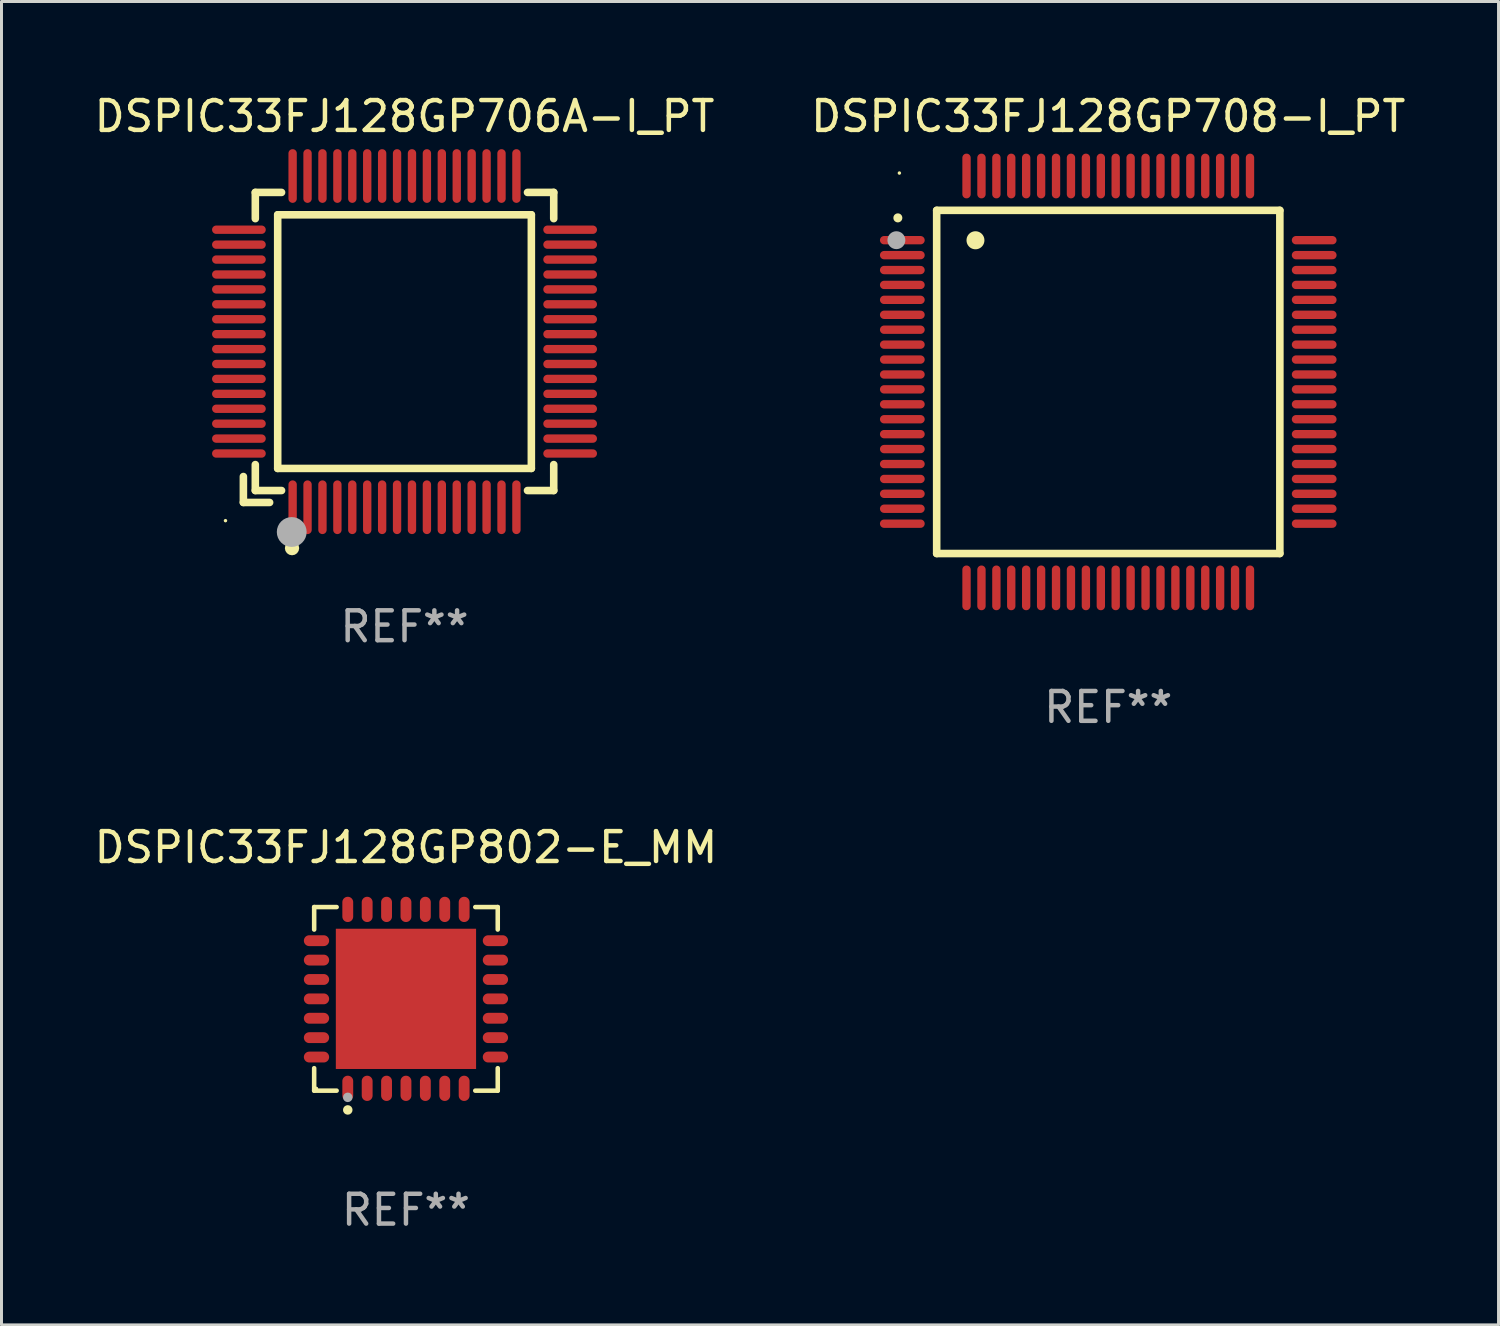
<source format=kicad_pcb>
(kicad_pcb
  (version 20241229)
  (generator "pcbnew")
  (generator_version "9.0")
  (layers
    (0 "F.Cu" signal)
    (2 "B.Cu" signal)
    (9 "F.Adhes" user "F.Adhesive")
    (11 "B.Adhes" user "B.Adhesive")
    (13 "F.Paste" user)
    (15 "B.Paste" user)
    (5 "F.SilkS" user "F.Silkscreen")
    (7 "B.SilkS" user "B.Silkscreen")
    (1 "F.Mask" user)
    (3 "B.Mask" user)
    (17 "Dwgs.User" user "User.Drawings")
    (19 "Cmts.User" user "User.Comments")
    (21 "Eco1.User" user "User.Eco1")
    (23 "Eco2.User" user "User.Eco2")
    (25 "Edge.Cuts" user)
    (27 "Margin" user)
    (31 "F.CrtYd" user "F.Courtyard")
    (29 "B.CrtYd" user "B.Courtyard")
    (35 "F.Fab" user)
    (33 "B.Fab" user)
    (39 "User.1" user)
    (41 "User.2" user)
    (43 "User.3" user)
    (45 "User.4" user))
  (footprint "DSPIC33FJ128GP802-E_MM"
    (layer "F.Cu")
    (at 10.554 30.423)
    (property "Reference" "DSPIC33FJ128GP802-E_MM" (at 0 -5.076 0) (layer "F.SilkS") (effects (font (size 1 1) (thickness 0.15))))
    (attr through_hole)
    (fp_line (start -3.076 -3.076) (end -2.323 -3.076) (stroke (width 0.152) (type solid)) (layer "F.SilkS"))
    (fp_line (start -3.076 -2.323) (end -3.076 -3.076) (stroke (width 0.152) (type solid)) (layer "F.SilkS"))
    (fp_line (start -3.076 2.323) (end -3.076 3.076) (stroke (width 0.152) (type solid)) (layer "F.SilkS"))
    (fp_line (start -3.076 3.076) (end -2.323 3.076) (stroke (width 0.152) (type solid)) (layer "F.SilkS"))
    (fp_line (start 3.076 -3.076) (end 2.323 -3.076) (stroke (width 0.152) (type solid)) (layer "F.SilkS"))
    (fp_line (start 3.076 -2.323) (end 3.076 -3.076) (stroke (width 0.152) (type solid)) (layer "F.SilkS"))
    (fp_line (start 3.076 2.323) (end 3.076 3.076) (stroke (width 0.152) (type solid)) (layer "F.SilkS"))
    (fp_line (start 3.076 3.076) (end 2.323 3.076) (stroke (width 0.152) (type solid)) (layer "F.SilkS"))
    (fp_circle (center -3 3) (end -2.97 3) (stroke (width 0.06) (type solid)) (fill no) (layer "F.SilkS"))
    (fp_circle (center -1.95 3.722) (end -1.87 3.722) (stroke (width 0.16) (type solid)) (fill no) (layer "F.SilkS"))
    (fp_circle (center -1.95 3.3) (end -1.87 3.3) (stroke (width 0.16) (type solid)) (fill no) (layer "F.Fab"))
    (fp_text user "REF**" (at 0 7.076 0) (layer "F.Fab") (effects (font (size 1 1) (thickness 0.15))))
    (pad "1" smd oval (at -1.95 2.998) (size 0.364 0.847) (layers "F.Cu" "F.Mask" "F.Paste"))
    (pad "2" smd oval (at -1.3 2.998) (size 0.364 0.847) (layers "F.Cu" "F.Mask" "F.Paste"))
    (pad "3" smd oval (at -0.65 2.998) (size 0.364 0.847) (layers "F.Cu" "F.Mask" "F.Paste"))
    (pad "4" smd oval (at 0 2.998) (size 0.364 0.847) (layers "F.Cu" "F.Mask" "F.Paste"))
    (pad "5" smd oval (at 0.65 2.998) (size 0.364 0.847) (layers "F.Cu" "F.Mask" "F.Paste"))
    (pad "6" smd oval (at 1.3 2.998) (size 0.364 0.847) (layers "F.Cu" "F.Mask" "F.Paste"))
    (pad "7" smd oval (at 1.95 2.998) (size 0.364 0.847) (layers "F.Cu" "F.Mask" "F.Paste"))
    (pad "8" smd oval (at 2.998 1.95) (size 0.847 0.364) (layers "F.Cu" "F.Mask" "F.Paste"))
    (pad "9" smd oval (at 2.998 1.3) (size 0.847 0.364) (layers "F.Cu" "F.Mask" "F.Paste"))
    (pad "10" smd oval (at 2.998 0.65) (size 0.847 0.364) (layers "F.Cu" "F.Mask" "F.Paste"))
    (pad "11" smd oval (at 2.998 0) (size 0.847 0.364) (layers "F.Cu" "F.Mask" "F.Paste"))
    (pad "12" smd oval (at 2.998 -0.65) (size 0.847 0.364) (layers "F.Cu" "F.Mask" "F.Paste"))
    (pad "13" smd oval (at 2.998 -1.3) (size 0.847 0.364) (layers "F.Cu" "F.Mask" "F.Paste"))
    (pad "14" smd oval (at 2.998 -1.95) (size 0.847 0.364) (layers "F.Cu" "F.Mask" "F.Paste"))
    (pad "15" smd oval (at 1.95 -2.998) (size 0.364 0.847) (layers "F.Cu" "F.Mask" "F.Paste"))
    (pad "16" smd oval (at 1.3 -2.998) (size 0.364 0.847) (layers "F.Cu" "F.Mask" "F.Paste"))
    (pad "17" smd oval (at 0.65 -2.998) (size 0.364 0.847) (layers "F.Cu" "F.Mask" "F.Paste"))
    (pad "18" smd oval (at 0 -2.998) (size 0.364 0.847) (layers "F.Cu" "F.Mask" "F.Paste"))
    (pad "19" smd oval (at -0.65 -2.998) (size 0.364 0.847) (layers "F.Cu" "F.Mask" "F.Paste"))
    (pad "20" smd oval (at -1.3 -2.998) (size 0.364 0.847) (layers "F.Cu" "F.Mask" "F.Paste"))
    (pad "21" smd oval (at -1.95 -2.998) (size 0.364 0.847) (layers "F.Cu" "F.Mask" "F.Paste"))
    (pad "22" smd oval (at -2.998 -1.95) (size 0.847 0.364) (layers "F.Cu" "F.Mask" "F.Paste"))
    (pad "23" smd oval (at -2.998 -1.3) (size 0.847 0.364) (layers "F.Cu" "F.Mask" "F.Paste"))
    (pad "24" smd oval (at -2.998 -0.65) (size 0.847 0.364) (layers "F.Cu" "F.Mask" "F.Paste"))
    (pad "25" smd oval (at -2.998 0) (size 0.847 0.364) (layers "F.Cu" "F.Mask" "F.Paste"))
    (pad "26" smd oval (at -2.998 0.65) (size 0.847 0.364) (layers "F.Cu" "F.Mask" "F.Paste"))
    (pad "27" smd oval (at -2.998 1.3) (size 0.847 0.364) (layers "F.Cu" "F.Mask" "F.Paste"))
    (pad "28" smd oval (at -2.998 1.95) (size 0.847 0.364) (layers "F.Cu" "F.Mask" "F.Paste"))
    (pad "29" smd rect (at 0 0) (size 4.7 4.7) (layers "F.Cu" "F.Mask" "F.Paste")))
  (footprint "DSPIC33FJ128GP706A-I_PT"
    (layer "F.Cu")
    (at 10.506 8.398)
    (property "Reference" "DSPIC33FJ128GP706A-I_PT" (at 0 -7.55 0) (layer "F.SilkS") (effects (font (size 1 1) (thickness 0.15))))
    (attr through_hole)
    (fp_line (start -5.4 4.521) (end -5.4 5.39) (stroke (width 0.254) (type solid)) (layer "F.SilkS"))
    (fp_line (start -5.4 5.39) (end -4.521 5.39) (stroke (width 0.254) (type solid)) (layer "F.SilkS"))
    (fp_line (start -5 -5) (end -5 -4.121) (stroke (width 0.254) (type solid)) (layer "F.SilkS"))
    (fp_line (start -5 4.121) (end -5 4.99) (stroke (width 0.254) (type solid)) (layer "F.SilkS"))
    (fp_line (start -5 4.99) (end -4.121 4.99) (stroke (width 0.254) (type solid)) (layer "F.SilkS"))
    (fp_line (start -4.25 -4.25) (end -4.25 4.25) (stroke (width 0.254) (type solid)) (layer "F.SilkS"))
    (fp_line (start -4.25 4.25) (end 4.25 4.25) (stroke (width 0.254) (type solid)) (layer "F.SilkS"))
    (fp_line (start -4.121 -5) (end -5 -5) (stroke (width 0.254) (type solid)) (layer "F.SilkS"))
    (fp_line (start 4.121 4.99) (end 5 4.99) (stroke (width 0.254) (type solid)) (layer "F.SilkS"))
    (fp_line (start 4.25 -4.25) (end -4.25 -4.25) (stroke (width 0.254) (type solid)) (layer "F.SilkS"))
    (fp_line (start 4.25 4.25) (end 4.25 -4.25) (stroke (width 0.254) (type solid)) (layer "F.SilkS"))
    (fp_line (start 5 -5) (end 4.121 -5) (stroke (width 0.254) (type solid)) (layer "F.SilkS"))
    (fp_line (start 5 -4.121) (end 5 -5) (stroke (width 0.254) (type solid)) (layer "F.SilkS"))
    (fp_line (start 5 4.99) (end 5 4.121) (stroke (width 0.254) (type solid)) (layer "F.SilkS"))
    (fp_circle (center -6 6) (end -5.97 6) (stroke (width 0.06) (type solid)) (fill no) (layer "F.SilkS"))
    (fp_circle (center -3.77 6.92) (end -3.65 6.92) (stroke (width 0.24) (type solid)) (fill no) (layer "F.SilkS"))
    (fp_circle (center -3.78 6.38) (end -3.53 6.38) (stroke (width 0.5) (type solid)) (fill no) (layer "F.Fab"))
    (fp_text user "REF**" (at 0 9.55 0) (layer "F.Fab") (effects (font (size 1 1) (thickness 0.15))))
    (pad "1" smd oval (at -3.75 5.55) (size 0.28 1.8) (layers "F.Cu" "F.Mask" "F.Paste"))
    (pad "2" smd oval (at -3.25 5.55) (size 0.28 1.8) (layers "F.Cu" "F.Mask" "F.Paste"))
    (pad "3" smd oval (at -2.75 5.55) (size 0.28 1.8) (layers "F.Cu" "F.Mask" "F.Paste"))
    (pad "4" smd oval (at -2.25 5.55) (size 0.28 1.8) (layers "F.Cu" "F.Mask" "F.Paste"))
    (pad "5" smd oval (at -1.75 5.55) (size 0.28 1.8) (layers "F.Cu" "F.Mask" "F.Paste"))
    (pad "6" smd oval (at -1.25 5.55) (size 0.28 1.8) (layers "F.Cu" "F.Mask" "F.Paste"))
    (pad "7" smd oval (at -0.75 5.55) (size 0.28 1.8) (layers "F.Cu" "F.Mask" "F.Paste"))
    (pad "8" smd oval (at -0.25 5.55) (size 0.28 1.8) (layers "F.Cu" "F.Mask" "F.Paste"))
    (pad "9" smd oval (at 0.25 5.55) (size 0.28 1.8) (layers "F.Cu" "F.Mask" "F.Paste"))
    (pad "10" smd oval (at 0.75 5.55) (size 0.28 1.8) (layers "F.Cu" "F.Mask" "F.Paste"))
    (pad "11" smd oval (at 1.25 5.55) (size 0.28 1.8) (layers "F.Cu" "F.Mask" "F.Paste"))
    (pad "12" smd oval (at 1.75 5.55) (size 0.28 1.8) (layers "F.Cu" "F.Mask" "F.Paste"))
    (pad "13" smd oval (at 2.25 5.55) (size 0.28 1.8) (layers "F.Cu" "F.Mask" "F.Paste"))
    (pad "14" smd oval (at 2.75 5.55) (size 0.28 1.8) (layers "F.Cu" "F.Mask" "F.Paste"))
    (pad "15" smd oval (at 3.25 5.55) (size 0.28 1.8) (layers "F.Cu" "F.Mask" "F.Paste"))
    (pad "16" smd oval (at 3.75 5.55) (size 0.28 1.8) (layers "F.Cu" "F.Mask" "F.Paste"))
    (pad "17" smd oval (at 5.55 3.75) (size 1.8 0.28) (layers "F.Cu" "F.Mask" "F.Paste"))
    (pad "18" smd oval (at 5.55 3.25) (size 1.8 0.28) (layers "F.Cu" "F.Mask" "F.Paste"))
    (pad "19" smd oval (at 5.55 2.75) (size 1.8 0.28) (layers "F.Cu" "F.Mask" "F.Paste"))
    (pad "20" smd oval (at 5.55 2.25) (size 1.8 0.28) (layers "F.Cu" "F.Mask" "F.Paste"))
    (pad "21" smd oval (at 5.55 1.75) (size 1.8 0.28) (layers "F.Cu" "F.Mask" "F.Paste"))
    (pad "22" smd oval (at 5.55 1.25) (size 1.8 0.28) (layers "F.Cu" "F.Mask" "F.Paste"))
    (pad "23" smd oval (at 5.55 0.75) (size 1.8 0.28) (layers "F.Cu" "F.Mask" "F.Paste"))
    (pad "24" smd oval (at 5.55 0.25) (size 1.8 0.28) (layers "F.Cu" "F.Mask" "F.Paste"))
    (pad "25" smd oval (at 5.55 -0.25) (size 1.8 0.28) (layers "F.Cu" "F.Mask" "F.Paste"))
    (pad "26" smd oval (at 5.55 -0.75) (size 1.8 0.28) (layers "F.Cu" "F.Mask" "F.Paste"))
    (pad "27" smd oval (at 5.55 -1.25) (size 1.8 0.28) (layers "F.Cu" "F.Mask" "F.Paste"))
    (pad "28" smd oval (at 5.55 -1.75) (size 1.8 0.28) (layers "F.Cu" "F.Mask" "F.Paste"))
    (pad "29" smd oval (at 5.55 -2.25) (size 1.8 0.28) (layers "F.Cu" "F.Mask" "F.Paste"))
    (pad "30" smd oval (at 5.55 -2.75) (size 1.8 0.28) (layers "F.Cu" "F.Mask" "F.Paste"))
    (pad "31" smd oval (at 5.55 -3.25) (size 1.8 0.28) (layers "F.Cu" "F.Mask" "F.Paste"))
    (pad "32" smd oval (at 5.55 -3.75) (size 1.8 0.28) (layers "F.Cu" "F.Mask" "F.Paste"))
    (pad "33" smd oval (at 3.75 -5.55) (size 0.28 1.8) (layers "F.Cu" "F.Mask" "F.Paste"))
    (pad "34" smd oval (at 3.25 -5.55) (size 0.28 1.8) (layers "F.Cu" "F.Mask" "F.Paste"))
    (pad "35" smd oval (at 2.75 -5.55) (size 0.28 1.8) (layers "F.Cu" "F.Mask" "F.Paste"))
    (pad "36" smd oval (at 2.25 -5.55) (size 0.28 1.8) (layers "F.Cu" "F.Mask" "F.Paste"))
    (pad "37" smd oval (at 1.75 -5.55) (size 0.28 1.8) (layers "F.Cu" "F.Mask" "F.Paste"))
    (pad "38" smd oval (at 1.25 -5.55) (size 0.28 1.8) (layers "F.Cu" "F.Mask" "F.Paste"))
    (pad "39" smd oval (at 0.75 -5.55) (size 0.28 1.8) (layers "F.Cu" "F.Mask" "F.Paste"))
    (pad "40" smd oval (at 0.25 -5.55) (size 0.28 1.8) (layers "F.Cu" "F.Mask" "F.Paste"))
    (pad "41" smd oval (at -0.25 -5.55) (size 0.28 1.8) (layers "F.Cu" "F.Mask" "F.Paste"))
    (pad "42" smd oval (at -0.75 -5.55) (size 0.28 1.8) (layers "F.Cu" "F.Mask" "F.Paste"))
    (pad "43" smd oval (at -1.25 -5.55) (size 0.28 1.8) (layers "F.Cu" "F.Mask" "F.Paste"))
    (pad "44" smd oval (at -1.75 -5.55) (size 0.28 1.8) (layers "F.Cu" "F.Mask" "F.Paste"))
    (pad "45" smd oval (at -2.25 -5.55) (size 0.28 1.8) (layers "F.Cu" "F.Mask" "F.Paste"))
    (pad "46" smd oval (at -2.75 -5.55) (size 0.28 1.8) (layers "F.Cu" "F.Mask" "F.Paste"))
    (pad "47" smd oval (at -3.25 -5.55) (size 0.28 1.8) (layers "F.Cu" "F.Mask" "F.Paste"))
    (pad "48" smd oval (at -3.75 -5.55) (size 0.28 1.8) (layers "F.Cu" "F.Mask" "F.Paste"))
    (pad "49" smd oval (at -5.55 -3.75) (size 1.8 0.28) (layers "F.Cu" "F.Mask" "F.Paste"))
    (pad "50" smd oval (at -5.55 -3.25) (size 1.8 0.28) (layers "F.Cu" "F.Mask" "F.Paste"))
    (pad "51" smd oval (at -5.55 -2.75) (size 1.8 0.28) (layers "F.Cu" "F.Mask" "F.Paste"))
    (pad "52" smd oval (at -5.55 -2.25) (size 1.8 0.28) (layers "F.Cu" "F.Mask" "F.Paste"))
    (pad "53" smd oval (at -5.55 -1.75) (size 1.8 0.28) (layers "F.Cu" "F.Mask" "F.Paste"))
    (pad "54" smd oval (at -5.55 -1.25) (size 1.8 0.28) (layers "F.Cu" "F.Mask" "F.Paste"))
    (pad "55" smd oval (at -5.55 -0.75) (size 1.8 0.28) (layers "F.Cu" "F.Mask" "F.Paste"))
    (pad "56" smd oval (at -5.55 -0.25) (size 1.8 0.28) (layers "F.Cu" "F.Mask" "F.Paste"))
    (pad "57" smd oval (at -5.55 0.25) (size 1.8 0.28) (layers "F.Cu" "F.Mask" "F.Paste"))
    (pad "58" smd oval (at -5.55 0.75) (size 1.8 0.28) (layers "F.Cu" "F.Mask" "F.Paste"))
    (pad "59" smd oval (at -5.55 1.25) (size 1.8 0.28) (layers "F.Cu" "F.Mask" "F.Paste"))
    (pad "60" smd oval (at -5.55 1.75) (size 1.8 0.28) (layers "F.Cu" "F.Mask" "F.Paste"))
    (pad "61" smd oval (at -5.55 2.25) (size 1.8 0.28) (layers "F.Cu" "F.Mask" "F.Paste"))
    (pad "62" smd oval (at -5.55 2.75) (size 1.8 0.28) (layers "F.Cu" "F.Mask" "F.Paste"))
    (pad "63" smd oval (at -5.55 3.25) (size 1.8 0.28) (layers "F.Cu" "F.Mask" "F.Paste"))
    (pad "64" smd oval (at -5.55 3.75) (size 1.8 0.28) (layers "F.Cu" "F.Mask" "F.Paste")))
  (footprint "DSPIC33FJ128GP708-I_PT"
    (layer "F.Cu")
    (at 34.089 9.749)
    (property "Reference" "DSPIC33FJ128GP708-I_PT" (at 0 -8.901 0) (layer "F.SilkS") (effects (font (size 1 1) (thickness 0.15))))
    (attr through_hole)
    (fp_line (start -5.75 -5.75) (end 5.75 -5.75) (stroke (width 0.254) (type solid)) (layer "F.SilkS"))
    (fp_line (start -5.75 5.75) (end -5.75 -5.75) (stroke (width 0.254) (type solid)) (layer "F.SilkS"))
    (fp_line (start 5.75 -5.75) (end 5.75 5.75) (stroke (width 0.254) (type solid)) (layer "F.SilkS"))
    (fp_line (start 5.75 5.75) (end -5.75 5.75) (stroke (width 0.254) (type solid)) (layer "F.SilkS"))
    (fp_arc (start -7.05108 -5.496546) (mid -7.051085 -5.497816) (end -7.05108 -5.499086) (stroke (width 0.3) (type solid)) (layer "F.SilkS"))
    (fp_arc (start -4.450114 -4.744704) (mid -4.450125 -4.747244) (end -4.450114 -4.749784) (stroke (width 0.6) (type solid)) (layer "F.SilkS"))
    (fp_circle (center -7 -7) (end -6.97 -7) (stroke (width 0.06) (type solid)) (fill no) (layer "F.SilkS"))
    (fp_circle (center -7.1 -4.75) (end -6.95 -4.75) (stroke (width 0.3) (type solid)) (fill no) (layer "F.Fab"))
    (fp_text user "REF**" (at 0 10.901 0) (layer "F.Fab") (effects (font (size 1 1) (thickness 0.15))))
    (pad "1" smd oval (at -6.901 -4.75 90) (size 0.28 1.5) (layers "F.Cu" "F.Mask" "F.Paste"))
    (pad "2" smd oval (at -6.901 -4.249 90) (size 0.28 1.5) (layers "F.Cu" "F.Mask" "F.Paste"))
    (pad "3" smd oval (at -6.901 -3.749 90) (size 0.28 1.5) (layers "F.Cu" "F.Mask" "F.Paste"))
    (pad "4" smd oval (at -6.901 -3.251 90) (size 0.28 1.5) (layers "F.Cu" "F.Mask" "F.Paste"))
    (pad "5" smd oval (at -6.901 -2.751 90) (size 0.28 1.5) (layers "F.Cu" "F.Mask" "F.Paste"))
    (pad "6" smd oval (at -6.901 -2.25 90) (size 0.28 1.5) (layers "F.Cu" "F.Mask" "F.Paste"))
    (pad "7" smd oval (at -6.901 -1.75 90) (size 0.28 1.5) (layers "F.Cu" "F.Mask" "F.Paste"))
    (pad "8" smd oval (at -6.901 -1.25 90) (size 0.28 1.5) (layers "F.Cu" "F.Mask" "F.Paste"))
    (pad "9" smd oval (at -6.901 -0.749 90) (size 0.28 1.5) (layers "F.Cu" "F.Mask" "F.Paste"))
    (pad "10" smd oval (at -6.901 -0.249 90) (size 0.28 1.5) (layers "F.Cu" "F.Mask" "F.Paste"))
    (pad "11" smd oval (at -6.901 0.249 90) (size 0.28 1.5) (layers "F.Cu" "F.Mask" "F.Paste"))
    (pad "12" smd oval (at -6.901 0.749 90) (size 0.28 1.5) (layers "F.Cu" "F.Mask" "F.Paste"))
    (pad "13" smd oval (at -6.901 1.25 90) (size 0.28 1.5) (layers "F.Cu" "F.Mask" "F.Paste"))
    (pad "14" smd oval (at -6.901 1.75 90) (size 0.28 1.5) (layers "F.Cu" "F.Mask" "F.Paste"))
    (pad "15" smd oval (at -6.901 2.25 90) (size 0.28 1.5) (layers "F.Cu" "F.Mask" "F.Paste"))
    (pad "16" smd oval (at -6.901 2.751 90) (size 0.28 1.5) (layers "F.Cu" "F.Mask" "F.Paste"))
    (pad "17" smd oval (at -6.901 3.251 90) (size 0.28 1.5) (layers "F.Cu" "F.Mask" "F.Paste"))
    (pad "18" smd oval (at -6.901 3.749 90) (size 0.28 1.5) (layers "F.Cu" "F.Mask" "F.Paste"))
    (pad "19" smd oval (at -6.901 4.249 90) (size 0.28 1.5) (layers "F.Cu" "F.Mask" "F.Paste"))
    (pad "20" smd oval (at -6.901 4.75 270) (size 0.28 1.5) (layers "F.Cu" "F.Mask" "F.Paste"))
    (pad "21" smd oval (at -4.75 6.901 180) (size 0.28 1.5) (layers "F.Cu" "F.Mask" "F.Paste"))
    (pad "22" smd oval (at -4.249 6.901) (size 0.28 1.5) (layers "F.Cu" "F.Mask" "F.Paste"))
    (pad "23" smd oval (at -3.749 6.901) (size 0.28 1.5) (layers "F.Cu" "F.Mask" "F.Paste"))
    (pad "24" smd oval (at -3.251 6.901) (size 0.28 1.5) (layers "F.Cu" "F.Mask" "F.Paste"))
    (pad "25" smd oval (at -2.751 6.901) (size 0.28 1.5) (layers "F.Cu" "F.Mask" "F.Paste"))
    (pad "26" smd oval (at -2.25 6.901) (size 0.28 1.5) (layers "F.Cu" "F.Mask" "F.Paste"))
    (pad "27" smd oval (at -1.75 6.901) (size 0.28 1.5) (layers "F.Cu" "F.Mask" "F.Paste"))
    (pad "28" smd oval (at -1.25 6.901) (size 0.28 1.5) (layers "F.Cu" "F.Mask" "F.Paste"))
    (pad "29" smd oval (at -0.749 6.901) (size 0.28 1.5) (layers "F.Cu" "F.Mask" "F.Paste"))
    (pad "30" smd oval (at -0.249 6.901) (size 0.28 1.5) (layers "F.Cu" "F.Mask" "F.Paste"))
    (pad "31" smd oval (at 0.249 6.901) (size 0.28 1.5) (layers "F.Cu" "F.Mask" "F.Paste"))
    (pad "32" smd oval (at 0.749 6.901) (size 0.28 1.5) (layers "F.Cu" "F.Mask" "F.Paste"))
    (pad "33" smd oval (at 1.25 6.901) (size 0.28 1.5) (layers "F.Cu" "F.Mask" "F.Paste"))
    (pad "34" smd oval (at 1.75 6.901) (size 0.28 1.5) (layers "F.Cu" "F.Mask" "F.Paste"))
    (pad "35" smd oval (at 2.25 6.901) (size 0.28 1.5) (layers "F.Cu" "F.Mask" "F.Paste"))
    (pad "36" smd oval (at 2.751 6.901) (size 0.28 1.5) (layers "F.Cu" "F.Mask" "F.Paste"))
    (pad "37" smd oval (at 3.251 6.901) (size 0.28 1.5) (layers "F.Cu" "F.Mask" "F.Paste"))
    (pad "38" smd oval (at 3.749 6.901) (size 0.28 1.5) (layers "F.Cu" "F.Mask" "F.Paste"))
    (pad "39" smd oval (at 4.249 6.901) (size 0.28 1.5) (layers "F.Cu" "F.Mask" "F.Paste"))
    (pad "40" smd oval (at 4.75 6.901) (size 0.28 1.5) (layers "F.Cu" "F.Mask" "F.Paste"))
    (pad "41" smd oval (at 6.901 4.75 270) (size 0.28 1.5) (layers "F.Cu" "F.Mask" "F.Paste"))
    (pad "42" smd oval (at 6.901 4.249 90) (size 0.28 1.5) (layers "F.Cu" "F.Mask" "F.Paste"))
    (pad "43" smd oval (at 6.901 3.749 90) (size 0.28 1.5) (layers "F.Cu" "F.Mask" "F.Paste"))
    (pad "44" smd oval (at 6.901 3.251 90) (size 0.28 1.5) (layers "F.Cu" "F.Mask" "F.Paste"))
    (pad "45" smd oval (at 6.901 2.751 90) (size 0.28 1.5) (layers "F.Cu" "F.Mask" "F.Paste"))
    (pad "46" smd oval (at 6.901 2.25 90) (size 0.28 1.5) (layers "F.Cu" "F.Mask" "F.Paste"))
    (pad "47" smd oval (at 6.901 1.75 90) (size 0.28 1.5) (layers "F.Cu" "F.Mask" "F.Paste"))
    (pad "48" smd oval (at 6.901 1.25 90) (size 0.28 1.5) (layers "F.Cu" "F.Mask" "F.Paste"))
    (pad "49" smd oval (at 6.901 0.749 90) (size 0.28 1.5) (layers "F.Cu" "F.Mask" "F.Paste"))
    (pad "50" smd oval (at 6.901 0.249 90) (size 0.28 1.5) (layers "F.Cu" "F.Mask" "F.Paste"))
    (pad "51" smd oval (at 6.901 -0.249 90) (size 0.28 1.5) (layers "F.Cu" "F.Mask" "F.Paste"))
    (pad "52" smd oval (at 6.901 -0.749 90) (size 0.28 1.5) (layers "F.Cu" "F.Mask" "F.Paste"))
    (pad "53" smd oval (at 6.901 -1.25 90) (size 0.28 1.5) (layers "F.Cu" "F.Mask" "F.Paste"))
    (pad "54" smd oval (at 6.901 -1.75 90) (size 0.28 1.5) (layers "F.Cu" "F.Mask" "F.Paste"))
    (pad "55" smd oval (at 6.901 -2.25 90) (size 0.28 1.5) (layers "F.Cu" "F.Mask" "F.Paste"))
    (pad "56" smd oval (at 6.901 -2.751 90) (size 0.28 1.5) (layers "F.Cu" "F.Mask" "F.Paste"))
    (pad "57" smd oval (at 6.901 -3.251 90) (size 0.28 1.5) (layers "F.Cu" "F.Mask" "F.Paste"))
    (pad "58" smd oval (at 6.901 -3.749 90) (size 0.28 1.5) (layers "F.Cu" "F.Mask" "F.Paste"))
    (pad "59" smd oval (at 6.901 -4.249 90) (size 0.28 1.5) (layers "F.Cu" "F.Mask" "F.Paste"))
    (pad "60" smd oval (at 6.901 -4.75 90) (size 0.28 1.5) (layers "F.Cu" "F.Mask" "F.Paste"))
    (pad "61" smd oval (at 4.75 -6.901) (size 0.28 1.5) (layers "F.Cu" "F.Mask" "F.Paste"))
    (pad "62" smd oval (at 4.249 -6.901) (size 0.28 1.5) (layers "F.Cu" "F.Mask" "F.Paste"))
    (pad "63" smd oval (at 3.749 -6.901) (size 0.28 1.5) (layers "F.Cu" "F.Mask" "F.Paste"))
    (pad "64" smd oval (at 3.251 -6.901) (size 0.28 1.5) (layers "F.Cu" "F.Mask" "F.Paste"))
    (pad "65" smd oval (at 2.751 -6.901) (size 0.28 1.5) (layers "F.Cu" "F.Mask" "F.Paste"))
    (pad "66" smd oval (at 2.25 -6.901) (size 0.28 1.5) (layers "F.Cu" "F.Mask" "F.Paste"))
    (pad "67" smd oval (at 1.75 -6.901) (size 0.28 1.5) (layers "F.Cu" "F.Mask" "F.Paste"))
    (pad "68" smd oval (at 1.25 -6.901) (size 0.28 1.5) (layers "F.Cu" "F.Mask" "F.Paste"))
    (pad "69" smd oval (at 0.749 -6.901) (size 0.28 1.5) (layers "F.Cu" "F.Mask" "F.Paste"))
    (pad "70" smd oval (at 0.249 -6.901) (size 0.28 1.5) (layers "F.Cu" "F.Mask" "F.Paste"))
    (pad "71" smd oval (at -0.249 -6.901) (size 0.28 1.5) (layers "F.Cu" "F.Mask" "F.Paste"))
    (pad "72" smd oval (at -0.749 -6.901) (size 0.28 1.5) (layers "F.Cu" "F.Mask" "F.Paste"))
    (pad "73" smd oval (at -1.25 -6.901) (size 0.28 1.5) (layers "F.Cu" "F.Mask" "F.Paste"))
    (pad "74" smd oval (at -1.75 -6.901) (size 0.28 1.5) (layers "F.Cu" "F.Mask" "F.Paste"))
    (pad "75" smd oval (at -2.25 -6.901) (size 0.28 1.5) (layers "F.Cu" "F.Mask" "F.Paste"))
    (pad "76" smd oval (at -2.751 -6.901) (size 0.28 1.5) (layers "F.Cu" "F.Mask" "F.Paste"))
    (pad "77" smd oval (at -3.251 -6.901) (size 0.28 1.5) (layers "F.Cu" "F.Mask" "F.Paste"))
    (pad "78" smd oval (at -3.749 -6.901) (size 0.28 1.5) (layers "F.Cu" "F.Mask" "F.Paste"))
    (pad "79" smd oval (at -4.249 -6.901) (size 0.28 1.5) (layers "F.Cu" "F.Mask" "F.Paste"))
    (pad "80" smd oval (at -4.75 -6.901 180) (size 0.28 1.5) (layers "F.Cu" "F.Mask" "F.Paste")))
  (gr_rect
    (start -3 -3)
    (end 47.167 41.348)
    (stroke (width 0.1) (type default))
    (fill no)
    (layer "Edge.Cuts")))
</source>
